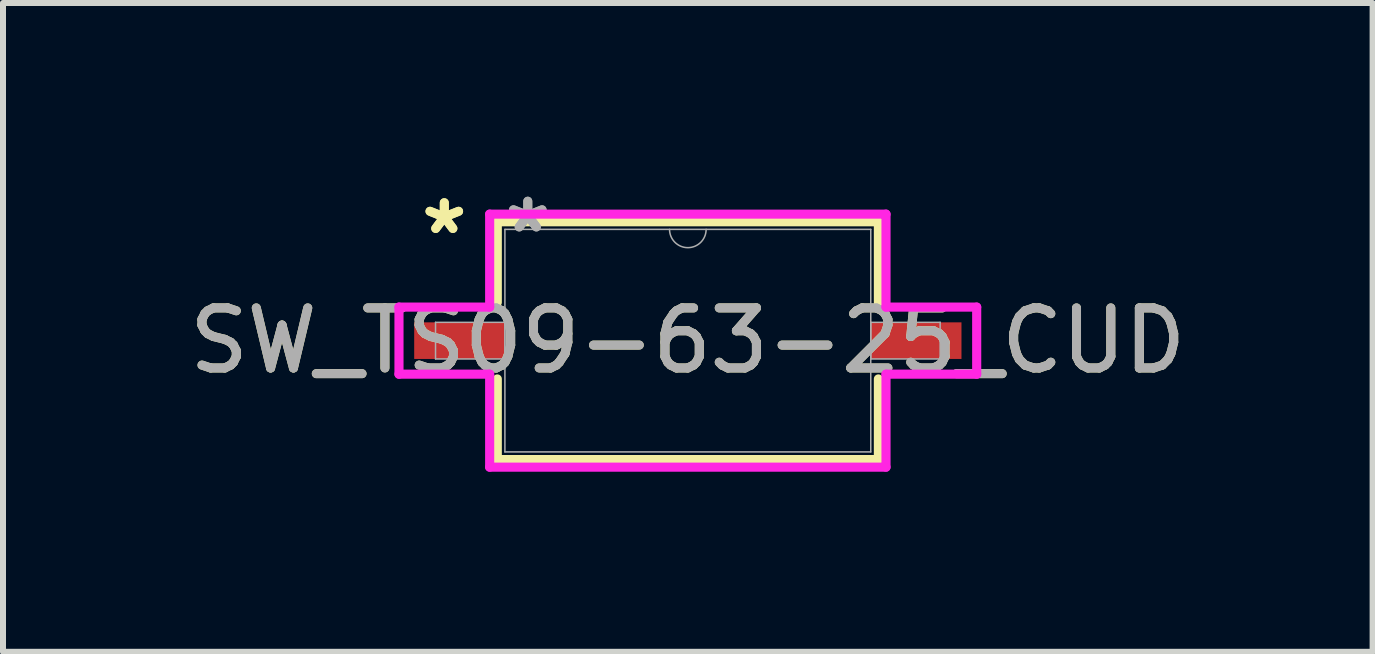
<source format=kicad_pcb>
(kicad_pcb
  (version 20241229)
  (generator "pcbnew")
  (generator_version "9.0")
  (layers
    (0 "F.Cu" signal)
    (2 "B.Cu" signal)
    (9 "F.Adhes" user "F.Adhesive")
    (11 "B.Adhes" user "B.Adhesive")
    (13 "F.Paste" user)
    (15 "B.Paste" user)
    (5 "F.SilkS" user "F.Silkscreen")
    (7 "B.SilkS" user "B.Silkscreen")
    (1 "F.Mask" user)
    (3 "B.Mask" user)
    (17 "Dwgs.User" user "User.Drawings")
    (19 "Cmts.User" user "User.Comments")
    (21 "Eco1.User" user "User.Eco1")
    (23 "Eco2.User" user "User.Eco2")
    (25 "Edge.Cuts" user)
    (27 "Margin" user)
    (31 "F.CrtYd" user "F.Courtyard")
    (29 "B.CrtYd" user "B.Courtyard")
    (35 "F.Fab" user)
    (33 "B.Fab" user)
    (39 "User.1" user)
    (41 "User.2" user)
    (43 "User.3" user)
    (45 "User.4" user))
  (footprint "SW_TS09-63-25_CUD"
    (layer "F.Cu")
    (at 8.411 2.626)
    (property "Reference" "SW_TS09-63-25_CUD" (at 0 0 0) (unlocked yes) (layer "F.SilkS") (effects (font (size 1 1) (thickness 0.15))))
    (attr smd)
    (fp_line (start -3.175 -1.981) (end -3.175 -0.638) (stroke (width 0.152) (type solid)) (layer "F.SilkS"))
    (fp_line (start -3.175 0.638) (end -3.175 1.981) (stroke (width 0.152) (type solid)) (layer "F.SilkS"))
    (fp_line (start -3.175 1.981) (end 3.175 1.981) (stroke (width 0.152) (type solid)) (layer "F.SilkS"))
    (fp_line (start 3.175 -1.981) (end -3.175 -1.981) (stroke (width 0.152) (type solid)) (layer "F.SilkS"))
    (fp_line (start 3.175 -0.638) (end 3.175 -1.981) (stroke (width 0.152) (type solid)) (layer "F.SilkS"))
    (fp_line (start 3.175 1.981) (end 3.175 0.638) (stroke (width 0.152) (type solid)) (layer "F.SilkS"))
    (fp_line (start -4.813 -0.559) (end -3.302 -0.559) (stroke (width 0.152) (type solid)) (layer "F.CrtYd"))
    (fp_line (start -4.813 0.559) (end -4.813 -0.559) (stroke (width 0.152) (type solid)) (layer "F.CrtYd"))
    (fp_line (start -4.813 0.559) (end -3.302 0.559) (stroke (width 0.152) (type solid)) (layer "F.CrtYd"))
    (fp_line (start -3.302 -2.108) (end 3.302 -2.108) (stroke (width 0.152) (type solid)) (layer "F.CrtYd"))
    (fp_line (start -3.302 -0.559) (end -3.302 -2.108) (stroke (width 0.152) (type solid)) (layer "F.CrtYd"))
    (fp_line (start -3.302 2.108) (end -3.302 0.559) (stroke (width 0.152) (type solid)) (layer "F.CrtYd"))
    (fp_line (start 3.302 -2.108) (end 3.302 -0.559) (stroke (width 0.152) (type solid)) (layer "F.CrtYd"))
    (fp_line (start 3.302 0.559) (end 3.302 2.108) (stroke (width 0.152) (type solid)) (layer "F.CrtYd"))
    (fp_line (start 3.302 2.108) (end -3.302 2.108) (stroke (width 0.152) (type solid)) (layer "F.CrtYd"))
    (fp_line (start 4.813 -0.559) (end 3.302 -0.559) (stroke (width 0.152) (type solid)) (layer "F.CrtYd"))
    (fp_line (start 4.813 -0.559) (end 4.813 0.559) (stroke (width 0.152) (type solid)) (layer "F.CrtYd"))
    (fp_line (start 4.813 0.559) (end 3.302 0.559) (stroke (width 0.152) (type solid)) (layer "F.CrtYd"))
    (fp_line (start -4.204 -0.305) (end -4.204 0.305) (stroke (width 0.025) (type solid)) (layer "F.Fab"))
    (fp_line (start -4.204 0.305) (end -3.048 0.305) (stroke (width 0.025) (type solid)) (layer "F.Fab"))
    (fp_line (start -3.048 -1.854) (end -3.048 1.854) (stroke (width 0.025) (type solid)) (layer "F.Fab"))
    (fp_line (start -3.048 -0.305) (end -4.204 -0.305) (stroke (width 0.025) (type solid)) (layer "F.Fab"))
    (fp_line (start -3.048 0.305) (end -3.048 -0.305) (stroke (width 0.025) (type solid)) (layer "F.Fab"))
    (fp_line (start -3.048 1.854) (end 3.048 1.854) (stroke (width 0.025) (type solid)) (layer "F.Fab"))
    (fp_line (start 3.048 -1.854) (end -3.048 -1.854) (stroke (width 0.025) (type solid)) (layer "F.Fab"))
    (fp_line (start 3.048 -0.305) (end 3.048 0.305) (stroke (width 0.025) (type solid)) (layer "F.Fab"))
    (fp_line (start 3.048 0.305) (end 4.204 0.305) (stroke (width 0.025) (type solid)) (layer "F.Fab"))
    (fp_line (start 3.048 1.854) (end 3.048 -1.854) (stroke (width 0.025) (type solid)) (layer "F.Fab"))
    (fp_line (start 4.204 -0.305) (end 3.048 -0.305) (stroke (width 0.025) (type solid)) (layer "F.Fab"))
    (fp_line (start 4.204 0.305) (end 4.204 -0.305) (stroke (width 0.025) (type solid)) (layer "F.Fab"))
    (fp_arc (start 0.3048 -1.8542) (mid 0 -1.5494) (end -0.3048 -1.8542) (stroke (width 0.0254) (type solid)) (layer "F.Fab"))
    (fp_text user "*" (at -4.058 -1.753 0) (unlocked yes) (layer "F.SilkS") (effects (font (size 1 1) (thickness 0.15))))
    (fp_text user "*" (at -4.058 -1.753 0) (layer "F.SilkS") (effects (font (size 1 1) (thickness 0.15))))
    (fp_text user "${REFERENCE}" (at 0 0 0) (unlocked yes) (layer "F.Fab") (effects (font (size 1 1) (thickness 0.15))))
    (fp_text user "*" (at -2.667 -1.778 0) (layer "F.Fab") (effects (font (size 1 1) (thickness 0.15))))
    (fp_text user "*" (at -2.667 -1.778 0) (unlocked yes) (layer "F.Fab") (effects (font (size 1 1) (thickness 0.15))))
    (pad "1" smd rect (at -3.804 0) (size 1.511 0.61) (layers "F.Cu" "F.Mask" "F.Paste"))
    (pad "2" smd rect (at 3.804 0) (size 1.511 0.61) (layers "F.Cu" "F.Mask" "F.Paste")))
  (gr_rect
    (start -3 -3)
    (end 19.821 7.811)
    (stroke (width 0.1) (type default))
    (fill no)
    (layer "Edge.Cuts")))
</source>
